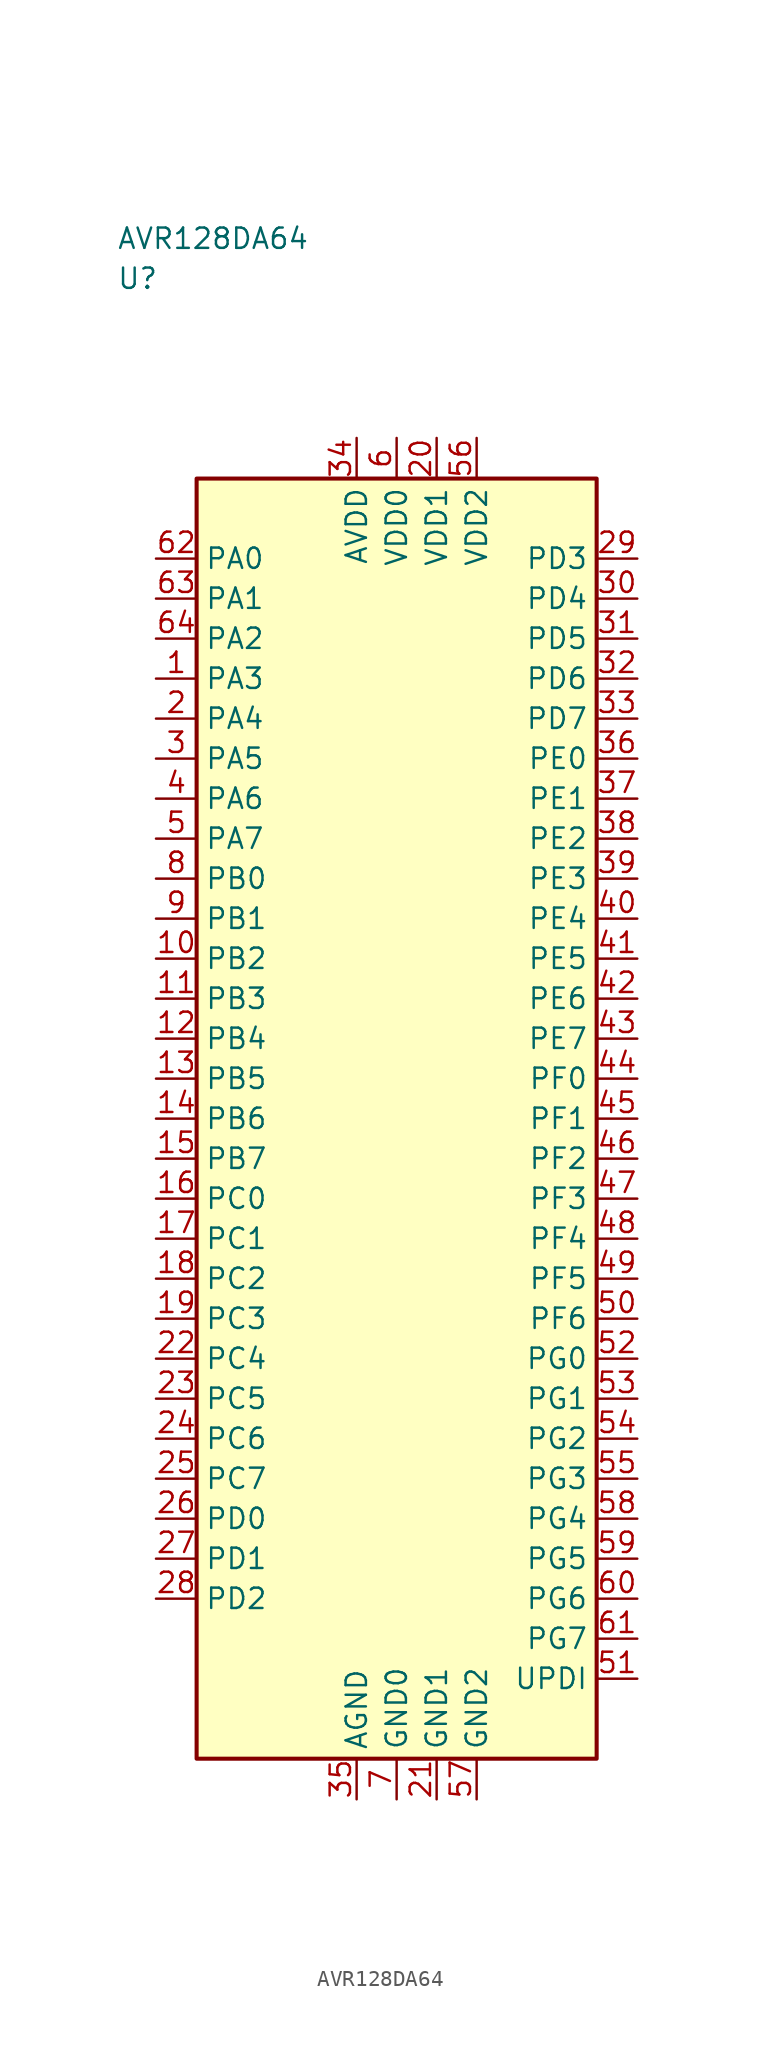
<source format=kicad_sym>
(kicad_symbol_lib
  (version 20241025)
  (generator "kicad_symbol_editor")
  (generator_version "8.0")
  (symbol "AVR128DA64"
    (property "Reference" "U"
      (at -17.5 52.5 0)
      (effects (font (size 1.27 1.27)) (justify left)))
    (property "Value" "AVR128DA64"
      (at -17.5 55.0 0)
      (effects (font (size 1.27 1.27)) (justify left)))
    (symbol "AVR128DA64_0_1"
      (rectangle (start -12.5 40.0) (end 12.5 -40.0) (stroke (width 0.254) (type default)) (fill (type background))))
    (symbol "AVR128DA64_1_1"
      (pin bidirectional line (at -15.04 27.5 0.0) (length 2.54) (name "PA3" (effects (font (size 1.27 1.27)))) (number "1" (effects (font (size 1.27 1.27)))))
      (pin bidirectional line (at -15.04 25.0 0.0) (length 2.54) (name "PA4" (effects (font (size 1.27 1.27)))) (number "2" (effects (font (size 1.27 1.27)))))
      (pin bidirectional line (at -15.04 22.5 0.0) (length 2.54) (name "PA5" (effects (font (size 1.27 1.27)))) (number "3" (effects (font (size 1.27 1.27)))))
      (pin bidirectional line (at -15.04 20.0 0.0) (length 2.54) (name "PA6" (effects (font (size 1.27 1.27)))) (number "4" (effects (font (size 1.27 1.27)))))
      (pin bidirectional line (at -15.04 17.5 0.0) (length 2.54) (name "PA7" (effects (font (size 1.27 1.27)))) (number "5" (effects (font (size 1.27 1.27)))))
      (pin power_in line (at 0.0 42.54 270.0) (length 2.54) (name "VDD0" (effects (font (size 1.27 1.27)))) (number "6" (effects (font (size 1.27 1.27)))))
      (pin passive line (at 0.0 -42.54 90.0) (length 2.54) (name "GND0" (effects (font (size 1.27 1.27)))) (number "7" (effects (font (size 1.27 1.27)))))
      (pin bidirectional line (at -15.04 15.0 0.0) (length 2.54) (name "PB0" (effects (font (size 1.27 1.27)))) (number "8" (effects (font (size 1.27 1.27)))))
      (pin bidirectional line (at -15.04 12.5 0.0) (length 2.54) (name "PB1" (effects (font (size 1.27 1.27)))) (number "9" (effects (font (size 1.27 1.27)))))
      (pin bidirectional line (at -15.04 10.0 0.0) (length 2.54) (name "PB2" (effects (font (size 1.27 1.27)))) (number "10" (effects (font (size 1.27 1.27)))))
      (pin bidirectional line (at -15.04 7.5 0.0) (length 2.54) (name "PB3" (effects (font (size 1.27 1.27)))) (number "11" (effects (font (size 1.27 1.27)))))
      (pin bidirectional line (at -15.04 5.0 0.0) (length 2.54) (name "PB4" (effects (font (size 1.27 1.27)))) (number "12" (effects (font (size 1.27 1.27)))))
      (pin bidirectional line (at -15.04 2.5 0.0) (length 2.54) (name "PB5" (effects (font (size 1.27 1.27)))) (number "13" (effects (font (size 1.27 1.27)))))
      (pin bidirectional line (at -15.04 0.0 0.0) (length 2.54) (name "PB6" (effects (font (size 1.27 1.27)))) (number "14" (effects (font (size 1.27 1.27)))))
      (pin bidirectional line (at -15.04 -2.5 0.0) (length 2.54) (name "PB7" (effects (font (size 1.27 1.27)))) (number "15" (effects (font (size 1.27 1.27)))))
      (pin bidirectional line (at -15.04 -5.0 0.0) (length 2.54) (name "PC0" (effects (font (size 1.27 1.27)))) (number "16" (effects (font (size 1.27 1.27)))))
      (pin bidirectional line (at -15.04 -7.5 0.0) (length 2.54) (name "PC1" (effects (font (size 1.27 1.27)))) (number "17" (effects (font (size 1.27 1.27)))))
      (pin bidirectional line (at -15.04 -10.0 0.0) (length 2.54) (name "PC2" (effects (font (size 1.27 1.27)))) (number "18" (effects (font (size 1.27 1.27)))))
      (pin bidirectional line (at -15.04 -12.5 0.0) (length 2.54) (name "PC3" (effects (font (size 1.27 1.27)))) (number "19" (effects (font (size 1.27 1.27)))))
      (pin power_in line (at 2.5 42.54 270.0) (length 2.54) (name "VDD1" (effects (font (size 1.27 1.27)))) (number "20" (effects (font (size 1.27 1.27)))))
      (pin passive line (at 2.5 -42.54 90.0) (length 2.54) (name "GND1" (effects (font (size 1.27 1.27)))) (number "21" (effects (font (size 1.27 1.27)))))
      (pin bidirectional line (at -15.04 -15.0 0.0) (length 2.54) (name "PC4" (effects (font (size 1.27 1.27)))) (number "22" (effects (font (size 1.27 1.27)))))
      (pin bidirectional line (at -15.04 -17.5 0.0) (length 2.54) (name "PC5" (effects (font (size 1.27 1.27)))) (number "23" (effects (font (size 1.27 1.27)))))
      (pin bidirectional line (at -15.04 -20.0 0.0) (length 2.54) (name "PC6" (effects (font (size 1.27 1.27)))) (number "24" (effects (font (size 1.27 1.27)))))
      (pin bidirectional line (at -15.04 -22.5 0.0) (length 2.54) (name "PC7" (effects (font (size 1.27 1.27)))) (number "25" (effects (font (size 1.27 1.27)))))
      (pin bidirectional line (at -15.04 -25.0 0.0) (length 2.54) (name "PD0" (effects (font (size 1.27 1.27)))) (number "26" (effects (font (size 1.27 1.27)))))
      (pin bidirectional line (at -15.04 -27.5 0.0) (length 2.54) (name "PD1" (effects (font (size 1.27 1.27)))) (number "27" (effects (font (size 1.27 1.27)))))
      (pin bidirectional line (at -15.04 -30.0 0.0) (length 2.54) (name "PD2" (effects (font (size 1.27 1.27)))) (number "28" (effects (font (size 1.27 1.27)))))
      (pin bidirectional line (at 15.04 35.0 180.0) (length 2.54) (name "PD3" (effects (font (size 1.27 1.27)))) (number "29" (effects (font (size 1.27 1.27)))))
      (pin bidirectional line (at 15.04 32.5 180.0) (length 2.54) (name "PD4" (effects (font (size 1.27 1.27)))) (number "30" (effects (font (size 1.27 1.27)))))
      (pin bidirectional line (at 15.04 30.0 180.0) (length 2.54) (name "PD5" (effects (font (size 1.27 1.27)))) (number "31" (effects (font (size 1.27 1.27)))))
      (pin bidirectional line (at 15.04 27.5 180.0) (length 2.54) (name "PD6" (effects (font (size 1.27 1.27)))) (number "32" (effects (font (size 1.27 1.27)))))
      (pin bidirectional line (at 15.04 25.0 180.0) (length 2.54) (name "PD7" (effects (font (size 1.27 1.27)))) (number "33" (effects (font (size 1.27 1.27)))))
      (pin power_in line (at -2.5 42.54 270.0) (length 2.54) (name "AVDD" (effects (font (size 1.27 1.27)))) (number "34" (effects (font (size 1.27 1.27)))))
      (pin passive line (at -2.5 -42.54 90.0) (length 2.54) (name "AGND" (effects (font (size 1.27 1.27)))) (number "35" (effects (font (size 1.27 1.27)))))
      (pin bidirectional line (at 15.04 22.5 180.0) (length 2.54) (name "PE0" (effects (font (size 1.27 1.27)))) (number "36" (effects (font (size 1.27 1.27)))))
      (pin bidirectional line (at 15.04 20.0 180.0) (length 2.54) (name "PE1" (effects (font (size 1.27 1.27)))) (number "37" (effects (font (size 1.27 1.27)))))
      (pin bidirectional line (at 15.04 17.5 180.0) (length 2.54) (name "PE2" (effects (font (size 1.27 1.27)))) (number "38" (effects (font (size 1.27 1.27)))))
      (pin bidirectional line (at 15.04 15.0 180.0) (length 2.54) (name "PE3" (effects (font (size 1.27 1.27)))) (number "39" (effects (font (size 1.27 1.27)))))
      (pin bidirectional line (at 15.04 12.5 180.0) (length 2.54) (name "PE4" (effects (font (size 1.27 1.27)))) (number "40" (effects (font (size 1.27 1.27)))))
      (pin bidirectional line (at 15.04 10.0 180.0) (length 2.54) (name "PE5" (effects (font (size 1.27 1.27)))) (number "41" (effects (font (size 1.27 1.27)))))
      (pin bidirectional line (at 15.04 7.5 180.0) (length 2.54) (name "PE6" (effects (font (size 1.27 1.27)))) (number "42" (effects (font (size 1.27 1.27)))))
      (pin bidirectional line (at 15.04 5.0 180.0) (length 2.54) (name "PE7" (effects (font (size 1.27 1.27)))) (number "43" (effects (font (size 1.27 1.27)))))
      (pin bidirectional line (at 15.04 2.5 180.0) (length 2.54) (name "PF0" (effects (font (size 1.27 1.27)))) (number "44" (effects (font (size 1.27 1.27)))))
      (pin bidirectional line (at 15.04 0.0 180.0) (length 2.54) (name "PF1" (effects (font (size 1.27 1.27)))) (number "45" (effects (font (size 1.27 1.27)))))
      (pin bidirectional line (at 15.04 -2.5 180.0) (length 2.54) (name "PF2" (effects (font (size 1.27 1.27)))) (number "46" (effects (font (size 1.27 1.27)))))
      (pin bidirectional line (at 15.04 -5.0 180.0) (length 2.54) (name "PF3" (effects (font (size 1.27 1.27)))) (number "47" (effects (font (size 1.27 1.27)))))
      (pin bidirectional line (at 15.04 -7.5 180.0) (length 2.54) (name "PF4" (effects (font (size 1.27 1.27)))) (number "48" (effects (font (size 1.27 1.27)))))
      (pin bidirectional line (at 15.04 -10.0 180.0) (length 2.54) (name "PF5" (effects (font (size 1.27 1.27)))) (number "49" (effects (font (size 1.27 1.27)))))
      (pin bidirectional line (at 15.04 -12.5 180.0) (length 2.54) (name "PF6" (effects (font (size 1.27 1.27)))) (number "50" (effects (font (size 1.27 1.27)))))
      (pin bidirectional line (at 15.04 -35.0 180.0) (length 2.54) (name "UPDI" (effects (font (size 1.27 1.27)))) (number "51" (effects (font (size 1.27 1.27)))))
      (pin bidirectional line (at 15.04 -15.0 180.0) (length 2.54) (name "PG0" (effects (font (size 1.27 1.27)))) (number "52" (effects (font (size 1.27 1.27)))))
      (pin bidirectional line (at 15.04 -17.5 180.0) (length 2.54) (name "PG1" (effects (font (size 1.27 1.27)))) (number "53" (effects (font (size 1.27 1.27)))))
      (pin bidirectional line (at 15.04 -20.0 180.0) (length 2.54) (name "PG2" (effects (font (size 1.27 1.27)))) (number "54" (effects (font (size 1.27 1.27)))))
      (pin bidirectional line (at 15.04 -22.5 180.0) (length 2.54) (name "PG3" (effects (font (size 1.27 1.27)))) (number "55" (effects (font (size 1.27 1.27)))))
      (pin power_in line (at 5.0 42.54 270.0) (length 2.54) (name "VDD2" (effects (font (size 1.27 1.27)))) (number "56" (effects (font (size 1.27 1.27)))))
      (pin passive line (at 5.0 -42.54 90.0) (length 2.54) (name "GND2" (effects (font (size 1.27 1.27)))) (number "57" (effects (font (size 1.27 1.27)))))
      (pin bidirectional line (at 15.04 -25.0 180.0) (length 2.54) (name "PG4" (effects (font (size 1.27 1.27)))) (number "58" (effects (font (size 1.27 1.27)))))
      (pin bidirectional line (at 15.04 -27.5 180.0) (length 2.54) (name "PG5" (effects (font (size 1.27 1.27)))) (number "59" (effects (font (size 1.27 1.27)))))
      (pin bidirectional line (at 15.04 -30.0 180.0) (length 2.54) (name "PG6" (effects (font (size 1.27 1.27)))) (number "60" (effects (font (size 1.27 1.27)))))
      (pin bidirectional line (at 15.04 -32.5 180.0) (length 2.54) (name "PG7" (effects (font (size 1.27 1.27)))) (number "61" (effects (font (size 1.27 1.27)))))
      (pin bidirectional line (at -15.04 35.0 0.0) (length 2.54) (name "PA0" (effects (font (size 1.27 1.27)))) (number "62" (effects (font (size 1.27 1.27)))))
      (pin bidirectional line (at -15.04 32.5 0.0) (length 2.54) (name "PA1" (effects (font (size 1.27 1.27)))) (number "63" (effects (font (size 1.27 1.27)))))
      (pin bidirectional line (at -15.04 30.0 0.0) (length 2.54) (name "PA2" (effects (font (size 1.27 1.27)))) (number "64" (effects (font (size 1.27 1.27))))))))
</source>
